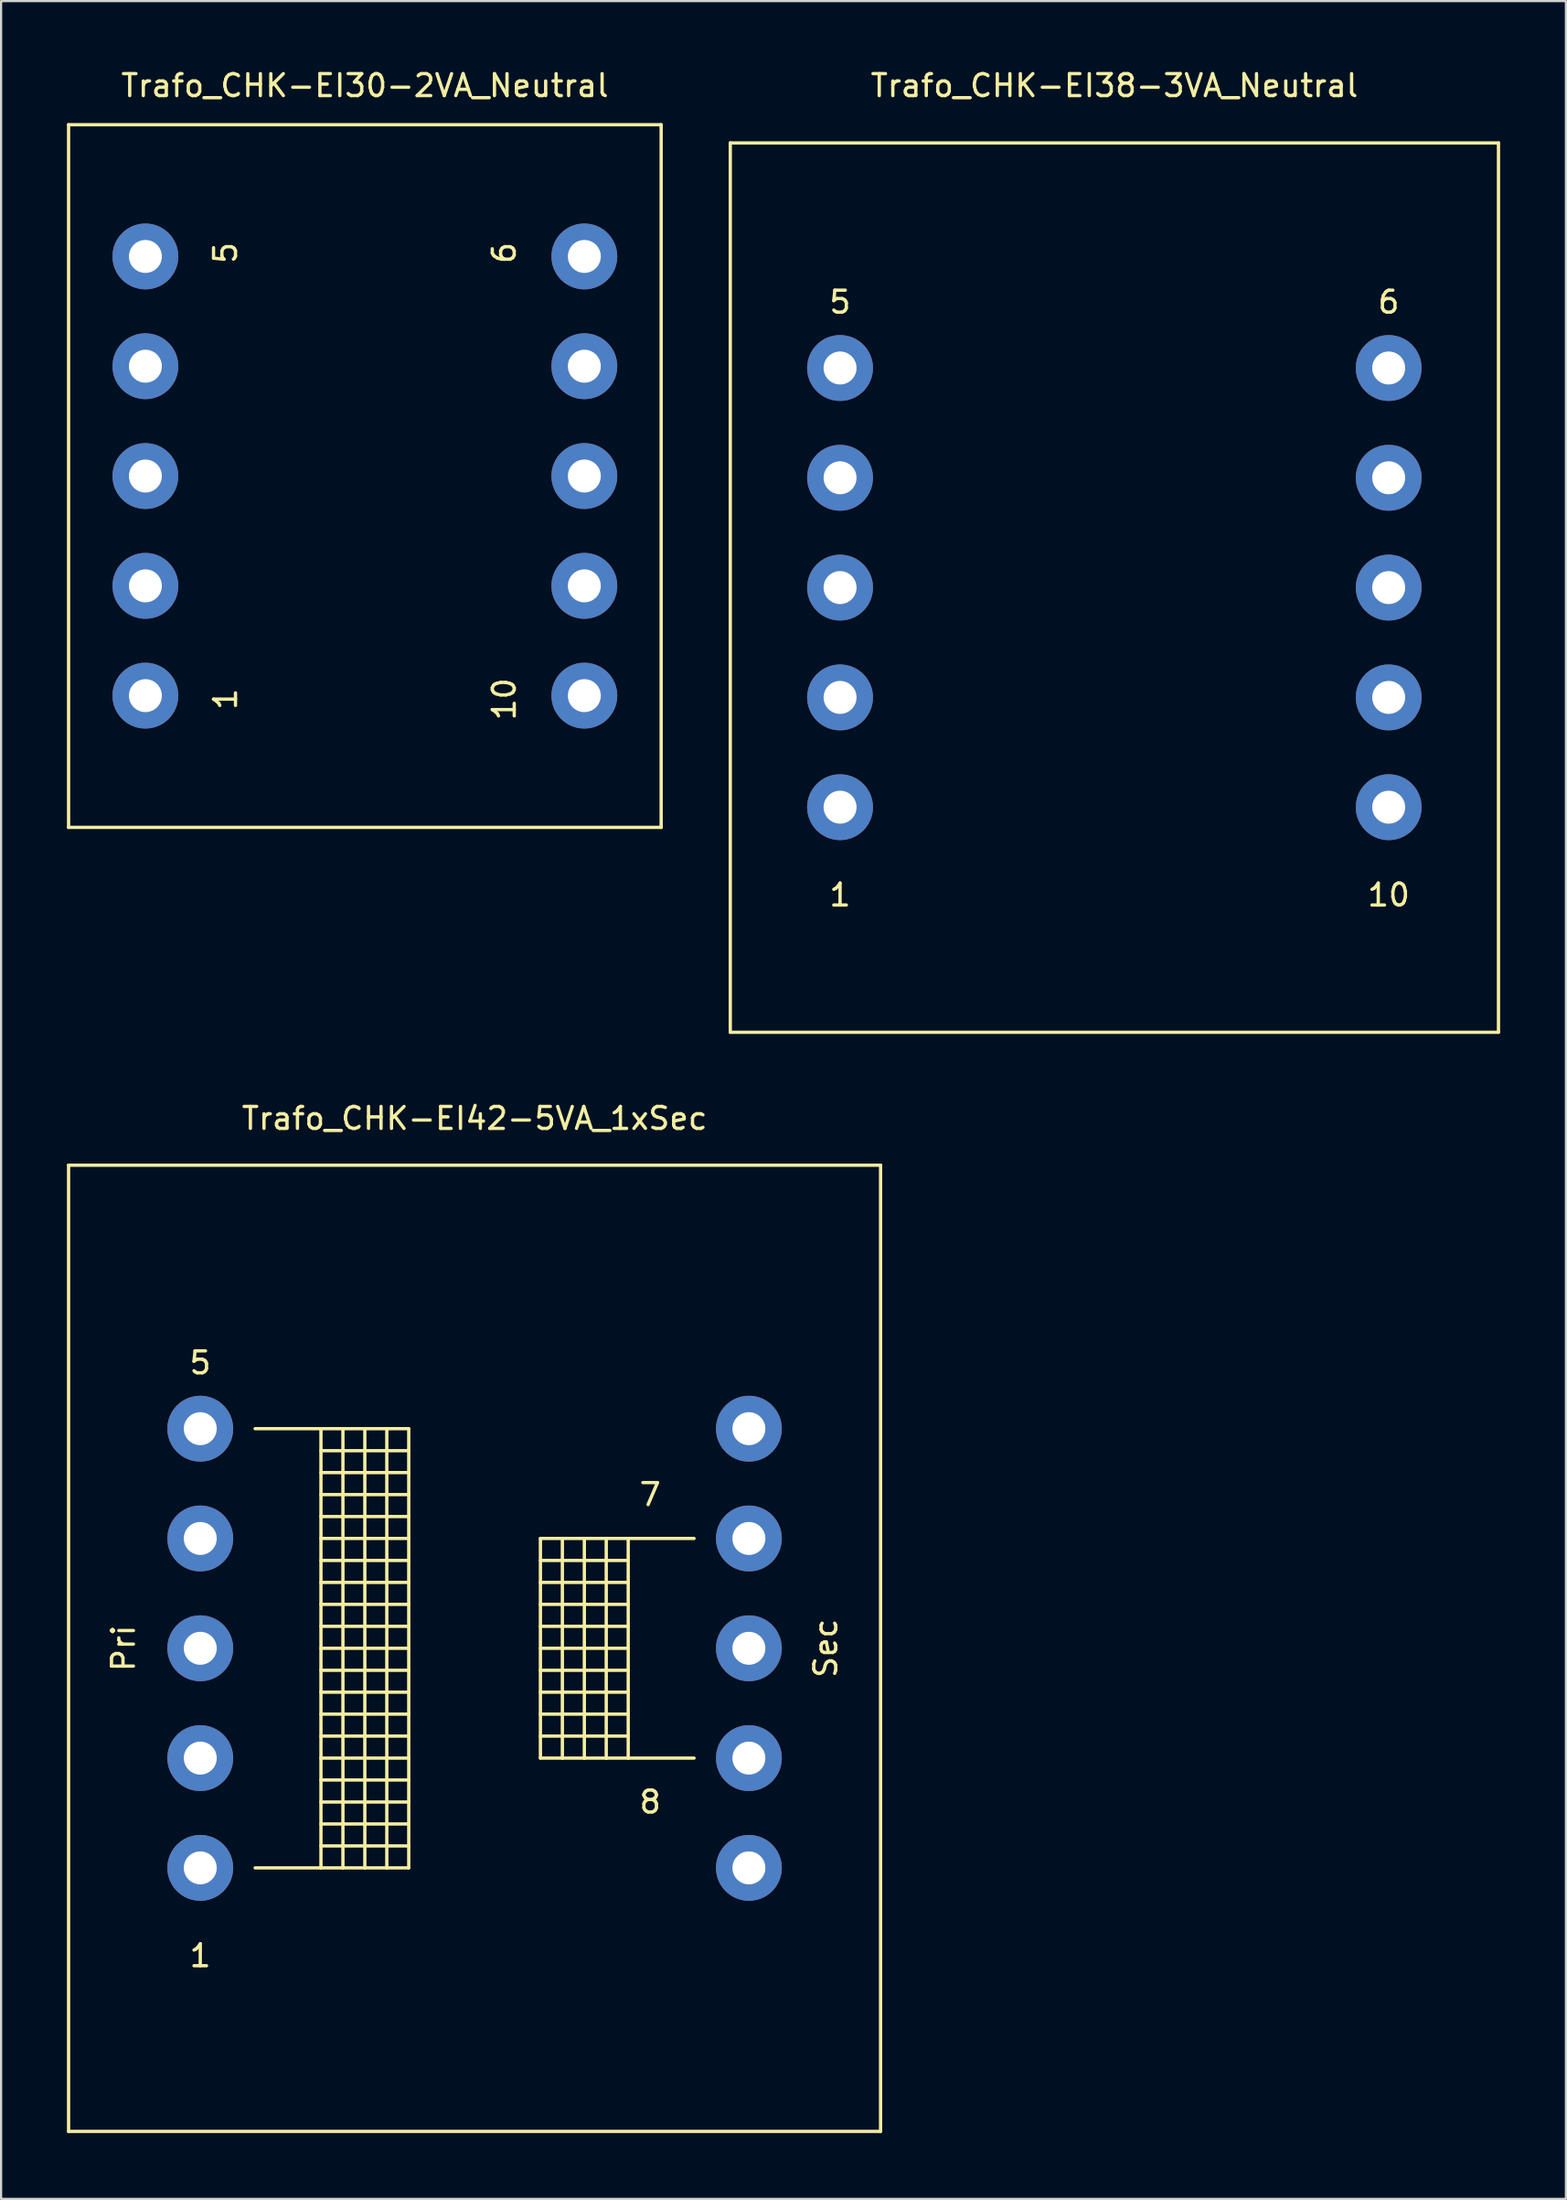
<source format=kicad_pcb>
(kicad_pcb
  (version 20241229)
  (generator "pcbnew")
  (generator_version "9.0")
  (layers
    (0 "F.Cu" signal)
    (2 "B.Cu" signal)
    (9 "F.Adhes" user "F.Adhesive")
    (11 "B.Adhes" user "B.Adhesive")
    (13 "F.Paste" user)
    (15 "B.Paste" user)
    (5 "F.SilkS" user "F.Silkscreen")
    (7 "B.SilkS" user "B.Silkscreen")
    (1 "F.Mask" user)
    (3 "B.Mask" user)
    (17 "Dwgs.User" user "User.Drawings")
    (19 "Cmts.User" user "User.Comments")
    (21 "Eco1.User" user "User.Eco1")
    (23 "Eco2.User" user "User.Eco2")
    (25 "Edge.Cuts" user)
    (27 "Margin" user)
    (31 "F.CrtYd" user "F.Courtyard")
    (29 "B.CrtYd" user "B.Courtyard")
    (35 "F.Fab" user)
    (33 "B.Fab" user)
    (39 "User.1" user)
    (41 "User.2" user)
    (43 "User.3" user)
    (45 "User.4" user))
  (footprint "Trafo_CHK-EI42-5VA_1xSec"
    (layer "F.Cu")
    (at 18.574 72.01)
    (property "Reference" "Trafo_CHK-EI42-5VA_1xSec" (at 0 -24.13 0) (layer "F.SilkS") (effects (font (size 1 1) (thickness 0.15))))
    (attr through_hole)
    (fp_line (start -18.499 -21.999) (end -18.499 21.999) (stroke (width 0.15) (type solid)) (layer "F.SilkS"))
    (fp_line (start -18.499 21.999) (end 18.499 21.999) (stroke (width 0.15) (type solid)) (layer "F.SilkS"))
    (fp_line (start -10 -10) (end -7 -10) (stroke (width 0.15) (type solid)) (layer "F.SilkS"))
    (fp_line (start -7 -10) (end -7 10) (stroke (width 0.15) (type solid)) (layer "F.SilkS"))
    (fp_line (start -7 -10) (end -5.999 -10) (stroke (width 0.15) (type solid)) (layer "F.SilkS"))
    (fp_line (start -7 -8.999) (end -3 -8.999) (stroke (width 0.15) (type solid)) (layer "F.SilkS"))
    (fp_line (start -7 -8.001) (end -3 -8.001) (stroke (width 0.15) (type solid)) (layer "F.SilkS"))
    (fp_line (start -7 -7) (end -3 -7) (stroke (width 0.15) (type solid)) (layer "F.SilkS"))
    (fp_line (start -7 -5.999) (end -3 -5.999) (stroke (width 0.15) (type solid)) (layer "F.SilkS"))
    (fp_line (start -7 -5.001) (end -3 -5.001) (stroke (width 0.15) (type solid)) (layer "F.SilkS"))
    (fp_line (start -7 -4) (end -3 -4) (stroke (width 0.15) (type solid)) (layer "F.SilkS"))
    (fp_line (start -7 -3) (end -3 -3) (stroke (width 0.15) (type solid)) (layer "F.SilkS"))
    (fp_line (start -7 -1.999) (end -3 -1.999) (stroke (width 0.15) (type solid)) (layer "F.SilkS"))
    (fp_line (start -7 -1.001) (end -3 -1.001) (stroke (width 0.15) (type solid)) (layer "F.SilkS"))
    (fp_line (start -7 0) (end -3 0) (stroke (width 0.15) (type solid)) (layer "F.SilkS"))
    (fp_line (start -7 1.001) (end -3 1.001) (stroke (width 0.15) (type solid)) (layer "F.SilkS"))
    (fp_line (start -7 1.999) (end -3 1.999) (stroke (width 0.15) (type solid)) (layer "F.SilkS"))
    (fp_line (start -7 3) (end -3 3) (stroke (width 0.15) (type solid)) (layer "F.SilkS"))
    (fp_line (start -7 4) (end -3 4) (stroke (width 0.15) (type solid)) (layer "F.SilkS"))
    (fp_line (start -7 5.001) (end -3 5.001) (stroke (width 0.15) (type solid)) (layer "F.SilkS"))
    (fp_line (start -7 5.999) (end -3 5.999) (stroke (width 0.15) (type solid)) (layer "F.SilkS"))
    (fp_line (start -7 7) (end -3 7) (stroke (width 0.15) (type solid)) (layer "F.SilkS"))
    (fp_line (start -7 8.001) (end -3 8.001) (stroke (width 0.15) (type solid)) (layer "F.SilkS"))
    (fp_line (start -7 8.999) (end -3 8.999) (stroke (width 0.15) (type solid)) (layer "F.SilkS"))
    (fp_line (start -7 10) (end -10 10) (stroke (width 0.15) (type solid)) (layer "F.SilkS"))
    (fp_line (start -5.999 -10) (end -5.999 10) (stroke (width 0.15) (type solid)) (layer "F.SilkS"))
    (fp_line (start -5.999 -10) (end -5.001 -10) (stroke (width 0.15) (type solid)) (layer "F.SilkS"))
    (fp_line (start -5.999 10) (end -7 10) (stroke (width 0.15) (type solid)) (layer "F.SilkS"))
    (fp_line (start -5.001 -10) (end -5.001 10) (stroke (width 0.15) (type solid)) (layer "F.SilkS"))
    (fp_line (start -5.001 -10) (end -4 -10) (stroke (width 0.15) (type solid)) (layer "F.SilkS"))
    (fp_line (start -5.001 10) (end -5.999 10) (stroke (width 0.15) (type solid)) (layer "F.SilkS"))
    (fp_line (start -4 -10) (end -4 10) (stroke (width 0.15) (type solid)) (layer "F.SilkS"))
    (fp_line (start -4 -10) (end -3 -10) (stroke (width 0.15) (type solid)) (layer "F.SilkS"))
    (fp_line (start -4 10) (end -5.001 10) (stroke (width 0.15) (type solid)) (layer "F.SilkS"))
    (fp_line (start -3 -10) (end -3 10) (stroke (width 0.15) (type solid)) (layer "F.SilkS"))
    (fp_line (start -3 10) (end -4 10) (stroke (width 0.15) (type solid)) (layer "F.SilkS"))
    (fp_line (start 3 -5.001) (end 3 5.001) (stroke (width 0.15) (type solid)) (layer "F.SilkS"))
    (fp_line (start 3 -4) (end 7 -4) (stroke (width 0.15) (type solid)) (layer "F.SilkS"))
    (fp_line (start 3 -1.999) (end 7 -1.999) (stroke (width 0.15) (type solid)) (layer "F.SilkS"))
    (fp_line (start 3 0) (end 7 0) (stroke (width 0.15) (type solid)) (layer "F.SilkS"))
    (fp_line (start 3 1.999) (end 7 1.999) (stroke (width 0.15) (type solid)) (layer "F.SilkS"))
    (fp_line (start 3 4) (end 7 4) (stroke (width 0.15) (type solid)) (layer "F.SilkS"))
    (fp_line (start 3 5.001) (end 4 5.001) (stroke (width 0.15) (type solid)) (layer "F.SilkS"))
    (fp_line (start 4 -5.001) (end 3 -5.001) (stroke (width 0.15) (type solid)) (layer "F.SilkS"))
    (fp_line (start 4 -5.001) (end 4 5.001) (stroke (width 0.15) (type solid)) (layer "F.SilkS"))
    (fp_line (start 4 5.001) (end 5.001 5.001) (stroke (width 0.15) (type solid)) (layer "F.SilkS"))
    (fp_line (start 5.001 -5.001) (end 4 -5.001) (stroke (width 0.15) (type solid)) (layer "F.SilkS"))
    (fp_line (start 5.001 -5.001) (end 5.001 5.001) (stroke (width 0.15) (type solid)) (layer "F.SilkS"))
    (fp_line (start 5.001 5.001) (end 5.999 5.001) (stroke (width 0.15) (type solid)) (layer "F.SilkS"))
    (fp_line (start 5.999 -5.001) (end 5.001 -5.001) (stroke (width 0.15) (type solid)) (layer "F.SilkS"))
    (fp_line (start 5.999 -5.001) (end 5.999 5.001) (stroke (width 0.15) (type solid)) (layer "F.SilkS"))
    (fp_line (start 5.999 5.001) (end 7 5.001) (stroke (width 0.15) (type solid)) (layer "F.SilkS"))
    (fp_line (start 7 -5.001) (end 5.999 -5.001) (stroke (width 0.15) (type solid)) (layer "F.SilkS"))
    (fp_line (start 7 -5.001) (end 7 5.001) (stroke (width 0.15) (type solid)) (layer "F.SilkS"))
    (fp_line (start 7 -3) (end 3 -3) (stroke (width 0.15) (type solid)) (layer "F.SilkS"))
    (fp_line (start 7 -1.001) (end 3 -1.001) (stroke (width 0.15) (type solid)) (layer "F.SilkS"))
    (fp_line (start 7 1.001) (end 3 1.001) (stroke (width 0.15) (type solid)) (layer "F.SilkS"))
    (fp_line (start 7 3) (end 3 3) (stroke (width 0.15) (type solid)) (layer "F.SilkS"))
    (fp_line (start 7 5.001) (end 10 5.001) (stroke (width 0.15) (type solid)) (layer "F.SilkS"))
    (fp_line (start 10 -5.001) (end 7 -5.001) (stroke (width 0.15) (type solid)) (layer "F.SilkS"))
    (fp_line (start 18.499 -21.999) (end -18.499 -21.999) (stroke (width 0.15) (type solid)) (layer "F.SilkS"))
    (fp_line (start 18.499 21.999) (end 18.499 -21.999) (stroke (width 0.15) (type solid)) (layer "F.SilkS"))
    (fp_text user "8" (at 8.001 7 0) (layer "F.SilkS") (effects (font (size 1 1) (thickness 0.15))))
    (fp_text user "7" (at 8.001 -7 0) (layer "F.SilkS") (effects (font (size 1 1) (thickness 0.15))))
    (fp_text user "1" (at -12.499 14 0) (layer "F.SilkS") (effects (font (size 1 1) (thickness 0.15))))
    (fp_text user "Sec" (at 15.999 0 90) (layer "F.SilkS") (effects (font (size 1 1) (thickness 0.15))))
    (fp_text user "Pri" (at -15.999 0 90) (layer "F.SilkS") (effects (font (size 1 1) (thickness 0.15))))
    (fp_text user "5" (at -12.499 -13 0) (layer "F.SilkS") (effects (font (size 1 1) (thickness 0.15))))
    (pad "1" thru_hole circle (at -12.499 10) (size 3 3) (drill 1.501) (layers "*.Cu" "*.Mask"))
    (pad "2" thru_hole circle (at -12.499 5.001) (size 3 3) (drill 1.501) (layers "*.Cu" "*.Mask"))
    (pad "3" thru_hole circle (at -12.499 0) (size 3 3) (drill 1.501) (layers "*.Cu" "*.Mask"))
    (pad "4" thru_hole circle (at -12.499 -5.001) (size 3 3) (drill 1.501) (layers "*.Cu" "*.Mask"))
    (pad "5" thru_hole circle (at -12.499 -10) (size 3 3) (drill 1.501) (layers "*.Cu" "*.Mask"))
    (pad "6" thru_hole circle (at 12.499 -10) (size 3 3) (drill 1.501) (layers "*.Cu" "*.Mask"))
    (pad "7" thru_hole circle (at 12.499 -5.001) (size 3 3) (drill 1.501) (layers "*.Cu" "*.Mask"))
    (pad "8" thru_hole circle (at 12.499 0) (size 3 3) (drill 1.501) (layers "*.Cu" "*.Mask"))
    (pad "9" thru_hole circle (at 12.499 5.001) (size 3 3) (drill 1.501) (layers "*.Cu" "*.Mask"))
    (pad "10" thru_hole circle (at 12.499 10) (size 3 3) (drill 1.501) (layers "*.Cu" "*.Mask")))
  (footprint "Trafo_CHK-EI38-3VA_Neutral"
    (layer "F.Cu")
    (at 47.726 23.708)
    (property "Reference" "Trafo_CHK-EI38-3VA_Neutral" (at 0 -22.86 0) (layer "F.SilkS") (effects (font (size 1 1) (thickness 0.15))))
    (attr through_hole)
    (fp_line (start -17.501 -20.249) (end -17.501 20.249) (stroke (width 0.15) (type solid)) (layer "F.SilkS"))
    (fp_line (start -17.501 20.249) (end 17.501 20.249) (stroke (width 0.15) (type solid)) (layer "F.SilkS"))
    (fp_line (start 17.501 -20.249) (end -17.501 -20.249) (stroke (width 0.15) (type solid)) (layer "F.SilkS"))
    (fp_line (start 17.501 20.249) (end 17.501 -20.249) (stroke (width 0.15) (type solid)) (layer "F.SilkS"))
    (fp_text user "10" (at 12.499 14 0) (layer "F.SilkS") (effects (font (size 1 1) (thickness 0.15))))
    (fp_text user "5" (at -12.499 -13 0) (layer "F.SilkS") (effects (font (size 1 1) (thickness 0.15))))
    (fp_text user "1" (at -12.499 14 0) (layer "F.SilkS") (effects (font (size 1 1) (thickness 0.15))))
    (fp_text user "6" (at 12.499 -13 0) (layer "F.SilkS") (effects (font (size 1 1) (thickness 0.15))))
    (pad "1" thru_hole circle (at -12.499 10) (size 3 3) (drill 1.501) (layers "*.Cu" "*.Mask"))
    (pad "2" thru_hole circle (at -12.499 5.001) (size 3 3) (drill 1.501) (layers "*.Cu" "*.Mask"))
    (pad "3" thru_hole circle (at -12.499 0) (size 3 3) (drill 1.501) (layers "*.Cu" "*.Mask"))
    (pad "4" thru_hole circle (at -12.499 -5.001) (size 3 3) (drill 1.501) (layers "*.Cu" "*.Mask"))
    (pad "5" thru_hole circle (at -12.499 -10) (size 3 3) (drill 1.501) (layers "*.Cu" "*.Mask"))
    (pad "6" thru_hole circle (at 12.499 -10) (size 3 3) (drill 1.501) (layers "*.Cu" "*.Mask"))
    (pad "7" thru_hole circle (at 12.499 -5.001) (size 3 3) (drill 1.501) (layers "*.Cu" "*.Mask"))
    (pad "8" thru_hole circle (at 12.499 0) (size 3 3) (drill 1.501) (layers "*.Cu" "*.Mask"))
    (pad "9" thru_hole circle (at 12.499 5.001) (size 3 3) (drill 1.501) (layers "*.Cu" "*.Mask"))
    (pad "10" thru_hole circle (at 12.499 10) (size 3 3) (drill 1.501) (layers "*.Cu" "*.Mask")))
  (footprint "Trafo_CHK-EI30-2VA_Neutral"
    (layer "F.Cu")
    (at 13.575 18.628)
    (property "Reference" "Trafo_CHK-EI30-2VA_Neutral" (at 0 -17.78 0) (layer "F.SilkS") (effects (font (size 1 1) (thickness 0.15))))
    (attr through_hole)
    (fp_line (start -13.5 -15.999) (end -13.5 15.999) (stroke (width 0.15) (type solid)) (layer "F.SilkS"))
    (fp_line (start -13.5 15.999) (end 13.5 15.999) (stroke (width 0.15) (type solid)) (layer "F.SilkS"))
    (fp_line (start 13.5 -15.999) (end -13.5 -15.999) (stroke (width 0.15) (type solid)) (layer "F.SilkS"))
    (fp_line (start 13.5 15.999) (end 13.5 -15.999) (stroke (width 0.15) (type solid)) (layer "F.SilkS"))
    (fp_text user "1" (at -6.35 10.16 90) (layer "F.SilkS") (effects (font (size 1 1) (thickness 0.15))))
    (fp_text user "6" (at 6.35 -10.16 90) (layer "F.SilkS") (effects (font (size 1 1) (thickness 0.15))))
    (fp_text user "10" (at 6.35 10.16 90) (layer "F.SilkS") (effects (font (size 1 1) (thickness 0.15))))
    (fp_text user "5" (at -6.35 -10.16 90) (layer "F.SilkS") (effects (font (size 1 1) (thickness 0.15))))
    (pad "1" thru_hole circle (at -10 10) (size 3 3) (drill 1.501) (layers "*.Cu" "*.Mask"))
    (pad "2" thru_hole circle (at -10 5.001) (size 3 3) (drill 1.501) (layers "*.Cu" "*.Mask"))
    (pad "3" thru_hole circle (at -10 0) (size 3 3) (drill 1.501) (layers "*.Cu" "*.Mask"))
    (pad "4" thru_hole circle (at -10 -5.001) (size 3 3) (drill 1.501) (layers "*.Cu" "*.Mask"))
    (pad "5" thru_hole circle (at -10 -10) (size 3 3) (drill 1.501) (layers "*.Cu" "*.Mask"))
    (pad "6" thru_hole circle (at 10 -10) (size 3 3) (drill 1.501) (layers "*.Cu" "*.Mask"))
    (pad "7" thru_hole circle (at 10 -5.001) (size 3 3) (drill 1.501) (layers "*.Cu" "*.Mask"))
    (pad "8" thru_hole circle (at 10 0) (size 3 3) (drill 1.501) (layers "*.Cu" "*.Mask"))
    (pad "9" thru_hole circle (at 10 5.001) (size 3 3) (drill 1.501) (layers "*.Cu" "*.Mask"))
    (pad "10" thru_hole circle (at 10 10) (size 3 3) (drill 1.501) (layers "*.Cu" "*.Mask")))
  (gr_rect
    (start -3 -3)
    (end 68.301 97.084)
    (stroke (width 0.1) (type default))
    (fill no)
    (layer "Edge.Cuts")))
</source>
